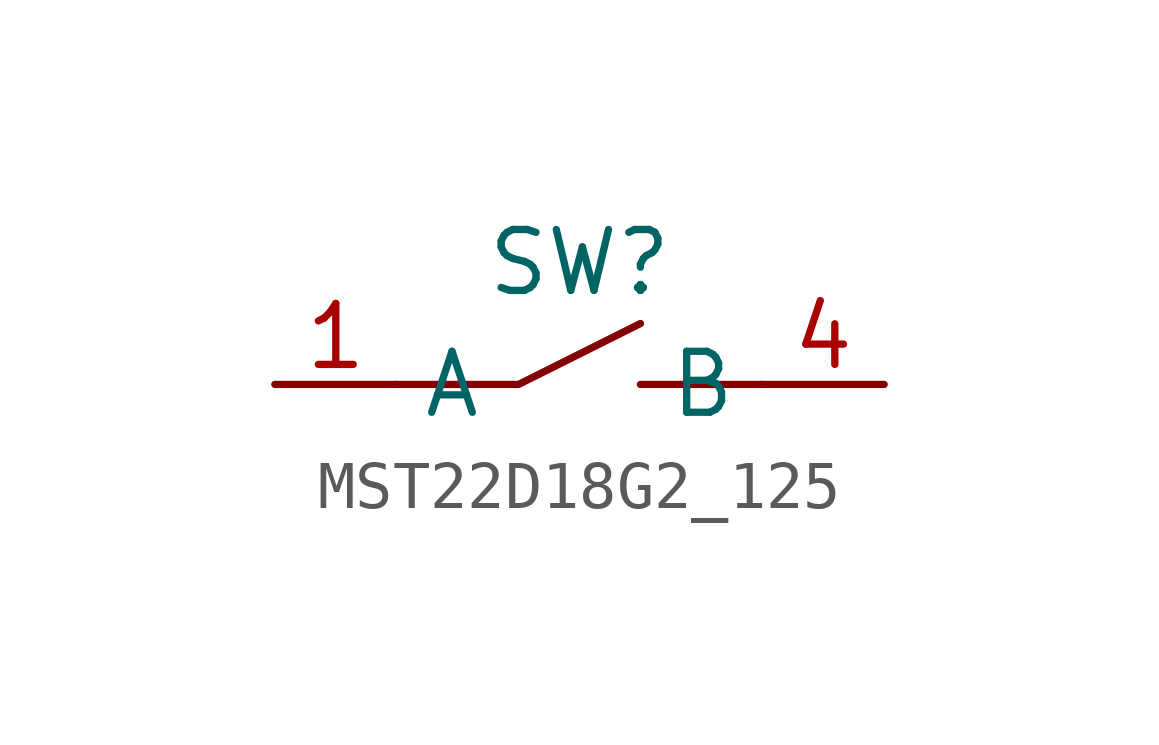
<source format=kicad_sym>
(kicad_symbol_lib
  (version 20220914)
  (generator kicad_symbol_editor)
  (symbol "MST22D18G2_125"
    (property "Reference" "SW"
      (at 0 0 0)
      (effects (font (size 1.27 1.27))))
    (property "Value" ""
      (at 0 0 0)
      (effects (font (size 1.27 1.27))))
    (symbol "MST22D18G2_125_0_1"
      (polyline (pts (xy 1.27 -2.54) (xy 3.81 -2.54)) (stroke (width 0) (type default)) (fill (type none)))
      (polyline (pts (xy -3.81 -2.54) (xy -1.27 -2.54) (xy 1.27 -1.27)) (stroke (width 0) (type default)) (fill (type none))))
    (symbol "MST22D18G2_125_1_1"
      (pin bidirectional line (at -6.35 -2.54 0) (length 2.54) (name "A" (effects (font (size 1.27 1.27)))) (number "1" (effects (font (size 1.27 1.27)))))
      (pin bidirectional line (at 6.35 -2.54 180) (length 2.54) (name "B" (effects (font (size 1.27 1.27)))) (number "4" (effects (font (size 1.27 1.27))))))))
</source>
